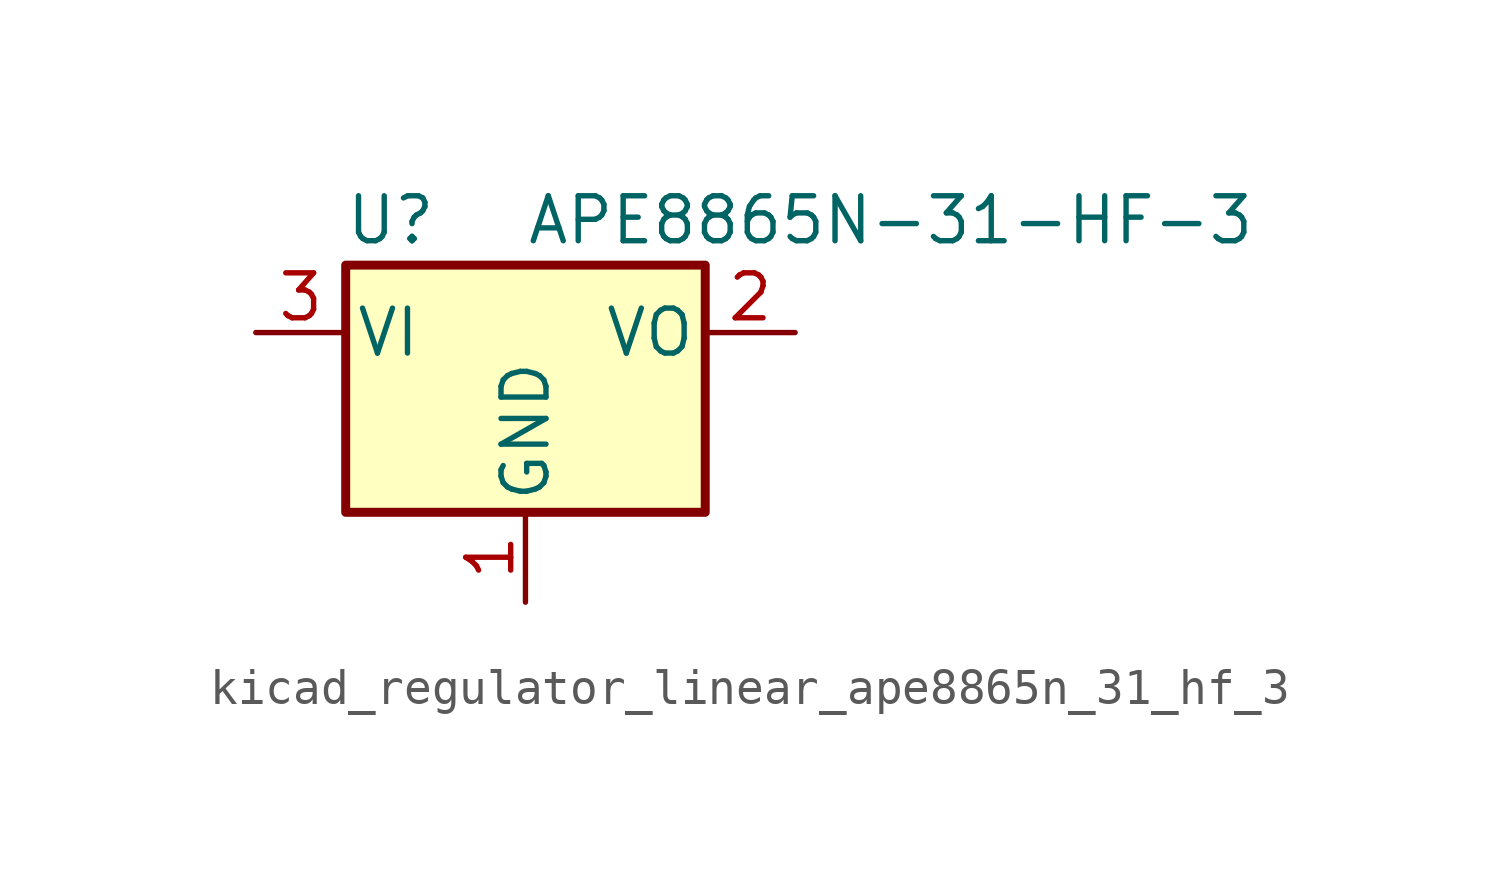
<source format=kicad_sym>
(kicad_symbol_lib
  (version 20220914)
  (generator kicad_symbol_editor)
  (symbol "kicad_regulator_linear_ape8865n_31_hf_3"
    (pin_names
      (offset 0.254))
    (property "Reference" "U"
      (at -3.81 3.175 0)
      (effects (font (size 1.27 1.27))))
    (property "Value" "APE8865N-31-HF-3"
      (at 0 3.175 0)
      (effects (font (size 1.27 1.27)) (justify left)))
    (symbol "kicad_regulator_linear_ape8865n_31_hf_3_0_1"
      (rectangle (start -5.08 1.905) (end 5.08 -5.08) (stroke (width 0.254) (type default)) (fill (type background))))
    (symbol "kicad_regulator_linear_ape8865n_31_hf_3_1_1"
      (pin power_in line (at 0 -7.62 90) (length 2.54) (name "GND" (effects (font (size 1.27 1.27)))) (number "1" (effects (font (size 1.27 1.27)))))
      (pin power_out line (at 7.62 0 180) (length 2.54) (name "VO" (effects (font (size 1.27 1.27)))) (number "2" (effects (font (size 1.27 1.27)))))
      (pin power_in line (at -7.62 0 0) (length 2.54) (name "VI" (effects (font (size 1.27 1.27)))) (number "3" (effects (font (size 1.27 1.27))))))))
</source>
